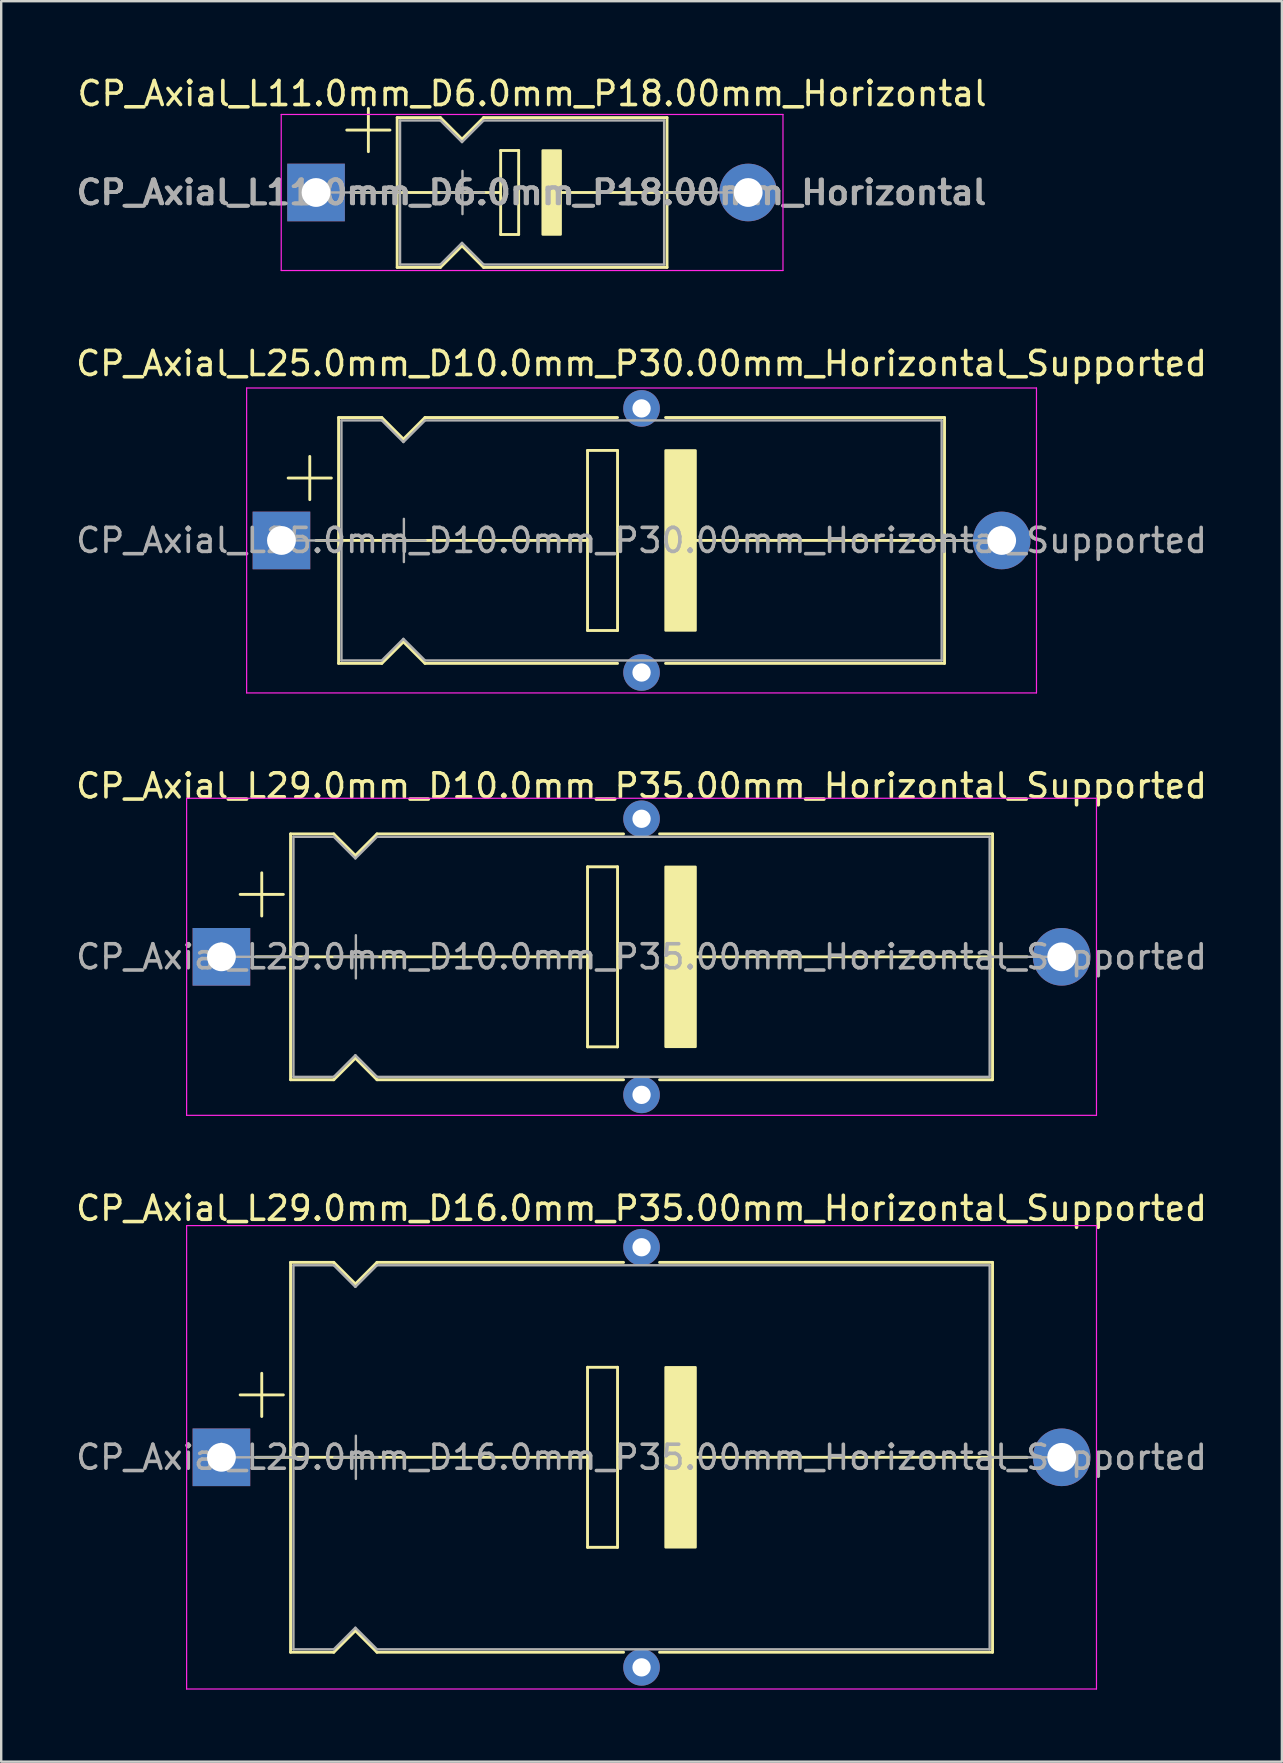
<source format=kicad_pcb>
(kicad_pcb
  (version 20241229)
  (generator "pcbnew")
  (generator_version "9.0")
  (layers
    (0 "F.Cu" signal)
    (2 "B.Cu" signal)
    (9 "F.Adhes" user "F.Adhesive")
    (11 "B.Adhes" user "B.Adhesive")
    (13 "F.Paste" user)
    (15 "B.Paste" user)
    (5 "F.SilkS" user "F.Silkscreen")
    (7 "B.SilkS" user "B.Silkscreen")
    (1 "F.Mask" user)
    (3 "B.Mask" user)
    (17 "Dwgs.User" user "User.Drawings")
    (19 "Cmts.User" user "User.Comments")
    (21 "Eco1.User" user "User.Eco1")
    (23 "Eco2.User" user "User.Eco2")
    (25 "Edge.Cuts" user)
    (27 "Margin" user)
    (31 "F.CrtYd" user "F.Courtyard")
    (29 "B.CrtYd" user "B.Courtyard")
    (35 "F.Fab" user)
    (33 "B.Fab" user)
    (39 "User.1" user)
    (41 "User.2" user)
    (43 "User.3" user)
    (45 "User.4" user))
  (footprint "CP_Axial_L29.0mm_D10.0mm_P35.00mm_Horizontal_Supported"
    (layer "F.Cu")
    (at 6.173 36.805)
    (property "Reference" "CP_Axial_L29.0mm_D10.0mm_P35.00mm_Horizontal_Supported" (at 17.5 -7.12 0) (layer "F.SilkS") (effects (font (size 1 1) (thickness 0.15))))
    (attr through_hole)
    (fp_line (start 0.78 -2.6) (end 2.58 -2.6) (stroke (width 0.12) (type solid)) (layer "F.SilkS"))
    (fp_line (start 1.44 0) (end 2.88 0) (stroke (width 0.12) (type solid)) (layer "F.SilkS"))
    (fp_line (start 1.68 -3.5) (end 1.68 -1.7) (stroke (width 0.12) (type solid)) (layer "F.SilkS"))
    (fp_line (start 2.88 -5.12) (end 2.88 5.12) (stroke (width 0.12) (type solid)) (layer "F.SilkS"))
    (fp_line (start 2.88 -5.12) (end 4.68 -5.12) (stroke (width 0.12) (type solid)) (layer "F.SilkS"))
    (fp_line (start 2.88 0) (end 15.25 0) (stroke (width 0.12) (type solid)) (layer "F.SilkS"))
    (fp_line (start 2.88 5.12) (end 4.68 5.12) (stroke (width 0.12) (type solid)) (layer "F.SilkS"))
    (fp_line (start 4.68 -5.12) (end 5.58 -4.22) (stroke (width 0.12) (type solid)) (layer "F.SilkS"))
    (fp_line (start 4.68 5.12) (end 5.58 4.22) (stroke (width 0.12) (type solid)) (layer "F.SilkS"))
    (fp_line (start 5.58 -4.22) (end 6.48 -5.12) (stroke (width 0.12) (type solid)) (layer "F.SilkS"))
    (fp_line (start 5.58 4.22) (end 6.48 5.12) (stroke (width 0.12) (type solid)) (layer "F.SilkS"))
    (fp_line (start 6.48 -5.12) (end 16.75 -5.12) (stroke (width 0.12) (type solid)) (layer "F.SilkS"))
    (fp_line (start 6.48 5.12) (end 16.75 5.12) (stroke (width 0.12) (type solid)) (layer "F.SilkS"))
    (fp_line (start 15.25 -3.75) (end 16.5 -3.75) (stroke (width 0.12) (type solid)) (layer "F.SilkS"))
    (fp_line (start 15.25 0) (end 15.25 -3.75) (stroke (width 0.12) (type solid)) (layer "F.SilkS"))
    (fp_line (start 15.25 3.75) (end 15.25 0) (stroke (width 0.12) (type solid)) (layer "F.SilkS"))
    (fp_line (start 16.5 -3.75) (end 16.5 3.75) (stroke (width 0.12) (type solid)) (layer "F.SilkS"))
    (fp_line (start 16.5 3.75) (end 15.25 3.75) (stroke (width 0.12) (type solid)) (layer "F.SilkS"))
    (fp_line (start 18.25 -5.12) (end 32.12 -5.12) (stroke (width 0.12) (type solid)) (layer "F.SilkS"))
    (fp_line (start 18.25 5.12) (end 32.12 5.12) (stroke (width 0.12) (type solid)) (layer "F.SilkS"))
    (fp_line (start 19.75 0) (end 32.131 0) (stroke (width 0.12) (type solid)) (layer "F.SilkS"))
    (fp_line (start 32.12 -5.12) (end 32.12 5.12) (stroke (width 0.12) (type solid)) (layer "F.SilkS"))
    (fp_line (start 33.56 0) (end 32.12 0) (stroke (width 0.12) (type solid)) (layer "F.SilkS"))
    (fp_poly (pts (xy 19.75 3.75) (xy 18.5 3.75) (xy 18.5 -3.75) (xy 19.75 -3.75)) (stroke (width 0.1) (type solid)) (fill yes) (layer "F.SilkS"))
    (fp_line (start -1.45 -6.604) (end -1.45 6.604) (stroke (width 0.05) (type solid)) (layer "F.CrtYd"))
    (fp_line (start -1.45 6.604) (end 36.45 6.604) (stroke (width 0.05) (type solid)) (layer "F.CrtYd"))
    (fp_line (start 36.449 6.604) (end 36.449 -6.604) (stroke (width 0.05) (type solid)) (layer "F.CrtYd"))
    (fp_line (start 36.45 -6.604) (end -1.45 -6.604) (stroke (width 0.05) (type solid)) (layer "F.CrtYd"))
    (fp_line (start 0 0) (end 3 0) (stroke (width 0.1) (type solid)) (layer "F.Fab"))
    (fp_line (start 3 -5) (end 3 5) (stroke (width 0.1) (type solid)) (layer "F.Fab"))
    (fp_line (start 3 -5) (end 4.68 -5) (stroke (width 0.1) (type solid)) (layer "F.Fab"))
    (fp_line (start 3 5) (end 4.68 5) (stroke (width 0.1) (type solid)) (layer "F.Fab"))
    (fp_line (start 4.68 -5) (end 5.58 -4.1) (stroke (width 0.1) (type solid)) (layer "F.Fab"))
    (fp_line (start 4.68 5) (end 5.58 4.1) (stroke (width 0.1) (type solid)) (layer "F.Fab"))
    (fp_line (start 4.7 0) (end 6.5 0) (stroke (width 0.1) (type solid)) (layer "F.Fab"))
    (fp_line (start 5.58 -4.1) (end 6.48 -5) (stroke (width 0.1) (type solid)) (layer "F.Fab"))
    (fp_line (start 5.58 4.1) (end 6.48 5) (stroke (width 0.1) (type solid)) (layer "F.Fab"))
    (fp_line (start 5.6 -0.9) (end 5.6 0.9) (stroke (width 0.1) (type solid)) (layer "F.Fab"))
    (fp_line (start 6.48 -5) (end 32 -5) (stroke (width 0.1) (type solid)) (layer "F.Fab"))
    (fp_line (start 6.48 5) (end 32 5) (stroke (width 0.1) (type solid)) (layer "F.Fab"))
    (fp_line (start 32 -5) (end 32 5) (stroke (width 0.1) (type solid)) (layer "F.Fab"))
    (fp_line (start 35 0) (end 32 0) (stroke (width 0.1) (type solid)) (layer "F.Fab"))
    (fp_text user "${REFERENCE}" (at 17.5 0 0) (layer "F.Fab") (effects (font (size 1 1) (thickness 0.15))))
    (pad "" thru_hole circle (at 17.5 -5.75) (size 1.524 1.524) (drill 0.762) (layers "*.Cu" "*.Mask"))
    (pad "" thru_hole circle (at 17.5 5.75) (size 1.524 1.524) (drill 0.762) (layers "*.Cu" "*.Mask"))
    (pad "1" thru_hole rect (at 0 0) (size 2.4 2.4) (drill 1.2) (layers "*.Cu" "*.Mask"))
    (pad "2" thru_hole oval (at 35 0) (size 2.4 2.4) (drill 1.2) (layers "*.Cu" "*.Mask")))
  (footprint "CP_Axial_L11.0mm_D6.0mm_P18.00mm_Horizontal"
    (layer "F.Cu")
    (at 10.114 4.968)
    (property "Reference" "CP_Axial_L11.0mm_D6.0mm_P18.00mm_Horizontal" (at 9 -4.12 0) (layer "F.SilkS") (effects (font (size 1 1) (thickness 0.15))))
    (attr through_hole)
    (fp_line (start 1.28 -2.6) (end 3.08 -2.6) (stroke (width 0.12) (type solid)) (layer "F.SilkS"))
    (fp_line (start 1.44 0) (end 3.38 0) (stroke (width 0.12) (type solid)) (layer "F.SilkS"))
    (fp_line (start 2.18 -3.5) (end 2.18 -1.7) (stroke (width 0.12) (type solid)) (layer "F.SilkS"))
    (fp_line (start 3.38 -3.12) (end 3.38 3.12) (stroke (width 0.12) (type solid)) (layer "F.SilkS"))
    (fp_line (start 3.38 -3.12) (end 5.18 -3.12) (stroke (width 0.12) (type solid)) (layer "F.SilkS"))
    (fp_line (start 3.38 0) (end 7.69 0) (stroke (width 0.12) (type solid)) (layer "F.SilkS"))
    (fp_line (start 3.38 3.12) (end 5.18 3.12) (stroke (width 0.12) (type solid)) (layer "F.SilkS"))
    (fp_line (start 5.18 -3.12) (end 6.08 -2.22) (stroke (width 0.12) (type solid)) (layer "F.SilkS"))
    (fp_line (start 5.18 3.12) (end 6.08 2.22) (stroke (width 0.12) (type solid)) (layer "F.SilkS"))
    (fp_line (start 6.08 -2.22) (end 6.98 -3.12) (stroke (width 0.12) (type solid)) (layer "F.SilkS"))
    (fp_line (start 6.08 2.22) (end 6.98 3.12) (stroke (width 0.12) (type solid)) (layer "F.SilkS"))
    (fp_line (start 6.98 -3.12) (end 14.62 -3.12) (stroke (width 0.12) (type solid)) (layer "F.SilkS"))
    (fp_line (start 6.98 3.12) (end 14.62 3.12) (stroke (width 0.12) (type solid)) (layer "F.SilkS"))
    (fp_line (start 7.69 -1.75) (end 7.69 1.75) (stroke (width 0.12) (type solid)) (layer "F.SilkS"))
    (fp_line (start 7.69 -1.75) (end 8.44 -1.75) (stroke (width 0.12) (type solid)) (layer "F.SilkS"))
    (fp_line (start 8.44 -1.75) (end 8.44 1.75) (stroke (width 0.12) (type solid)) (layer "F.SilkS"))
    (fp_line (start 8.44 1.75) (end 7.69 1.75) (stroke (width 0.12) (type solid)) (layer "F.SilkS"))
    (fp_line (start 10.19 0) (end 14.62 0) (stroke (width 0.12) (type solid)) (layer "F.SilkS"))
    (fp_line (start 14.62 -3.12) (end 14.62 3.12) (stroke (width 0.12) (type solid)) (layer "F.SilkS"))
    (fp_line (start 16.56 0) (end 14.62 0) (stroke (width 0.12) (type solid)) (layer "F.SilkS"))
    (fp_poly (pts (xy 10.19 1.75) (xy 9.44 1.75) (xy 9.44 -1.75) (xy 10.19 -1.75)) (stroke (width 0.1) (type solid)) (fill yes) (layer "F.SilkS"))
    (fp_line (start -1.45 -3.25) (end -1.45 3.25) (stroke (width 0.05) (type solid)) (layer "F.CrtYd"))
    (fp_line (start -1.45 3.25) (end 19.45 3.25) (stroke (width 0.05) (type solid)) (layer "F.CrtYd"))
    (fp_line (start 19.45 -3.25) (end -1.45 -3.25) (stroke (width 0.05) (type solid)) (layer "F.CrtYd"))
    (fp_line (start 19.45 3.25) (end 19.45 -3.25) (stroke (width 0.05) (type solid)) (layer "F.CrtYd"))
    (fp_line (start 0 0) (end 3.5 0) (stroke (width 0.1) (type solid)) (layer "F.Fab"))
    (fp_line (start 3.5 -3) (end 3.5 3) (stroke (width 0.1) (type solid)) (layer "F.Fab"))
    (fp_line (start 3.5 -3) (end 5.18 -3) (stroke (width 0.1) (type solid)) (layer "F.Fab"))
    (fp_line (start 3.5 3) (end 5.18 3) (stroke (width 0.1) (type solid)) (layer "F.Fab"))
    (fp_line (start 5.18 -3) (end 6.08 -2.1) (stroke (width 0.1) (type solid)) (layer "F.Fab"))
    (fp_line (start 5.18 3) (end 6.08 2.1) (stroke (width 0.1) (type solid)) (layer "F.Fab"))
    (fp_line (start 5.2 0) (end 7 0) (stroke (width 0.1) (type solid)) (layer "F.Fab"))
    (fp_line (start 6.08 -2.1) (end 6.98 -3) (stroke (width 0.1) (type solid)) (layer "F.Fab"))
    (fp_line (start 6.08 2.1) (end 6.98 3) (stroke (width 0.1) (type solid)) (layer "F.Fab"))
    (fp_line (start 6.1 -0.9) (end 6.1 0.9) (stroke (width 0.1) (type solid)) (layer "F.Fab"))
    (fp_line (start 6.98 -3) (end 14.5 -3) (stroke (width 0.1) (type solid)) (layer "F.Fab"))
    (fp_line (start 6.98 3) (end 14.5 3) (stroke (width 0.1) (type solid)) (layer "F.Fab"))
    (fp_line (start 14.5 -3) (end 14.5 3) (stroke (width 0.1) (type solid)) (layer "F.Fab"))
    (fp_line (start 18 0) (end 14.5 0) (stroke (width 0.1) (type solid)) (layer "F.Fab"))
    (fp_text user "${REFERENCE}" (at 9 0 0) (layer "F.Fab") (effects (font (size 1 1) (thickness 0.15))))
    (fp_text user "${REFERENCE}" (at 9 0 0) (layer "F.Fab") (effects (font (size 1 1) (thickness 0.15))))
    (fp_text user "${REFERENCE}" (at 8.94 0 0) (layer "F.Fab") (effects (font (size 1 1) (thickness 0.15))))
    (pad "1" thru_hole rect (at 0 0) (size 2.4 2.4) (drill 1.2) (layers "*.Cu" "*.Mask"))
    (pad "2" thru_hole oval (at 18 0) (size 2.4 2.4) (drill 1.2) (layers "*.Cu" "*.Mask")))
  (footprint "CP_Axial_L29.0mm_D16.0mm_P35.00mm_Horizontal_Supported"
    (layer "F.Cu")
    (at 6.173 57.652)
    (property "Reference" "CP_Axial_L29.0mm_D16.0mm_P35.00mm_Horizontal_Supported" (at 17.5 -10.37 0) (layer "F.SilkS") (effects (font (size 1 1) (thickness 0.15))))
    (attr through_hole)
    (fp_line (start 0.78 -2.6) (end 2.58 -2.6) (stroke (width 0.12) (type solid)) (layer "F.SilkS"))
    (fp_line (start 1.44 0) (end 2.88 0) (stroke (width 0.12) (type solid)) (layer "F.SilkS"))
    (fp_line (start 1.68 -3.5) (end 1.68 -1.7) (stroke (width 0.12) (type solid)) (layer "F.SilkS"))
    (fp_line (start 2.88 -8.12) (end 2.88 8.12) (stroke (width 0.12) (type solid)) (layer "F.SilkS"))
    (fp_line (start 2.88 -8.12) (end 4.68 -8.12) (stroke (width 0.12) (type solid)) (layer "F.SilkS"))
    (fp_line (start 2.88 0) (end 15.25 0) (stroke (width 0.12) (type solid)) (layer "F.SilkS"))
    (fp_line (start 2.88 8.12) (end 4.68 8.12) (stroke (width 0.12) (type solid)) (layer "F.SilkS"))
    (fp_line (start 4.68 -8.12) (end 5.58 -7.22) (stroke (width 0.12) (type solid)) (layer "F.SilkS"))
    (fp_line (start 4.68 8.12) (end 5.58 7.22) (stroke (width 0.12) (type solid)) (layer "F.SilkS"))
    (fp_line (start 5.58 -7.22) (end 6.48 -8.12) (stroke (width 0.12) (type solid)) (layer "F.SilkS"))
    (fp_line (start 5.58 7.22) (end 6.48 8.12) (stroke (width 0.12) (type solid)) (layer "F.SilkS"))
    (fp_line (start 6.48 -8.12) (end 16.75 -8.12) (stroke (width 0.12) (type solid)) (layer "F.SilkS"))
    (fp_line (start 6.48 8.12) (end 16.75 8.12) (stroke (width 0.12) (type solid)) (layer "F.SilkS"))
    (fp_line (start 15.25 -3.75) (end 16.5 -3.75) (stroke (width 0.12) (type solid)) (layer "F.SilkS"))
    (fp_line (start 15.25 0) (end 15.25 -3.75) (stroke (width 0.12) (type solid)) (layer "F.SilkS"))
    (fp_line (start 15.25 3.75) (end 15.25 0) (stroke (width 0.12) (type solid)) (layer "F.SilkS"))
    (fp_line (start 16.5 -3.75) (end 16.5 3.75) (stroke (width 0.12) (type solid)) (layer "F.SilkS"))
    (fp_line (start 16.5 3.75) (end 15.25 3.75) (stroke (width 0.12) (type solid)) (layer "F.SilkS"))
    (fp_line (start 18.25 -8.12) (end 32.12 -8.12) (stroke (width 0.12) (type solid)) (layer "F.SilkS"))
    (fp_line (start 18.25 8.12) (end 32.12 8.12) (stroke (width 0.12) (type solid)) (layer "F.SilkS"))
    (fp_line (start 19.75 0) (end 32.131 0) (stroke (width 0.12) (type solid)) (layer "F.SilkS"))
    (fp_line (start 32.12 -8.12) (end 32.12 8.12) (stroke (width 0.12) (type solid)) (layer "F.SilkS"))
    (fp_line (start 33.56 0) (end 32.12 0) (stroke (width 0.12) (type solid)) (layer "F.SilkS"))
    (fp_poly (pts (xy 19.75 3.75) (xy 18.5 3.75) (xy 18.5 -3.75) (xy 19.75 -3.75)) (stroke (width 0.1) (type solid)) (fill yes) (layer "F.SilkS"))
    (fp_line (start -1.45 -9.652) (end -1.45 9.652) (stroke (width 0.05) (type solid)) (layer "F.CrtYd"))
    (fp_line (start -1.45 9.652) (end 36.45 9.652) (stroke (width 0.05) (type solid)) (layer "F.CrtYd"))
    (fp_line (start 36.449 9.652) (end 36.45 -9.652) (stroke (width 0.05) (type solid)) (layer "F.CrtYd"))
    (fp_line (start 36.45 -9.652) (end -1.45 -9.652) (stroke (width 0.05) (type solid)) (layer "F.CrtYd"))
    (fp_line (start 0 0) (end 3 0) (stroke (width 0.1) (type solid)) (layer "F.Fab"))
    (fp_line (start 3 -8) (end 3 8) (stroke (width 0.1) (type solid)) (layer "F.Fab"))
    (fp_line (start 3 -8) (end 4.68 -8) (stroke (width 0.1) (type solid)) (layer "F.Fab"))
    (fp_line (start 3 8) (end 4.68 8) (stroke (width 0.1) (type solid)) (layer "F.Fab"))
    (fp_line (start 4.68 -8) (end 5.58 -7.1) (stroke (width 0.1) (type solid)) (layer "F.Fab"))
    (fp_line (start 4.68 8) (end 5.58 7.1) (stroke (width 0.1) (type solid)) (layer "F.Fab"))
    (fp_line (start 4.7 0) (end 6.5 0) (stroke (width 0.1) (type solid)) (layer "F.Fab"))
    (fp_line (start 5.58 -7.1) (end 6.48 -8) (stroke (width 0.1) (type solid)) (layer "F.Fab"))
    (fp_line (start 5.58 7.1) (end 6.48 8) (stroke (width 0.1) (type solid)) (layer "F.Fab"))
    (fp_line (start 5.6 -0.9) (end 5.6 0.9) (stroke (width 0.1) (type solid)) (layer "F.Fab"))
    (fp_line (start 6.48 -8) (end 32 -8) (stroke (width 0.1) (type solid)) (layer "F.Fab"))
    (fp_line (start 6.48 8) (end 32 8) (stroke (width 0.1) (type solid)) (layer "F.Fab"))
    (fp_line (start 32 -8) (end 32 8) (stroke (width 0.1) (type solid)) (layer "F.Fab"))
    (fp_line (start 35 0) (end 32 0) (stroke (width 0.1) (type solid)) (layer "F.Fab"))
    (fp_text user "${REFERENCE}" (at 17.5 0 0) (layer "F.Fab") (effects (font (size 1 1) (thickness 0.15))))
    (pad "" thru_hole circle (at 17.5 -8.75) (size 1.524 1.524) (drill 0.762) (layers "*.Cu" "*.Mask"))
    (pad "" thru_hole circle (at 17.5 8.75) (size 1.524 1.524) (drill 0.762) (layers "*.Cu" "*.Mask"))
    (pad "1" thru_hole rect (at 0 0) (size 2.4 2.4) (drill 1.2) (layers "*.Cu" "*.Mask"))
    (pad "2" thru_hole oval (at 35 0) (size 2.4 2.4) (drill 1.2) (layers "*.Cu" "*.Mask")))
  (footprint "CP_Axial_L25.0mm_D10.0mm_P30.00mm_Horizontal_Supported"
    (layer "F.Cu")
    (at 8.673 19.462)
    (property "Reference" "CP_Axial_L25.0mm_D10.0mm_P30.00mm_Horizontal_Supported" (at 15 -7.37 0) (layer "F.SilkS") (effects (font (size 1 1) (thickness 0.15))))
    (attr through_hole)
    (fp_line (start 0.28 -2.6) (end 2.08 -2.6) (stroke (width 0.12) (type solid)) (layer "F.SilkS"))
    (fp_line (start 1.18 -3.5) (end 1.18 -1.7) (stroke (width 0.12) (type solid)) (layer "F.SilkS"))
    (fp_line (start 1.44 0) (end 2.38 0) (stroke (width 0.12) (type solid)) (layer "F.SilkS"))
    (fp_line (start 2.38 -5.12) (end 2.38 5.12) (stroke (width 0.12) (type solid)) (layer "F.SilkS"))
    (fp_line (start 2.38 -5.12) (end 4.18 -5.12) (stroke (width 0.12) (type solid)) (layer "F.SilkS"))
    (fp_line (start 2.38 0) (end 12.75 0) (stroke (width 0.12) (type solid)) (layer "F.SilkS"))
    (fp_line (start 2.38 5.12) (end 4.18 5.12) (stroke (width 0.12) (type solid)) (layer "F.SilkS"))
    (fp_line (start 4.18 -5.12) (end 5.08 -4.22) (stroke (width 0.12) (type solid)) (layer "F.SilkS"))
    (fp_line (start 4.18 5.12) (end 5.08 4.22) (stroke (width 0.12) (type solid)) (layer "F.SilkS"))
    (fp_line (start 5.08 -4.22) (end 5.98 -5.12) (stroke (width 0.12) (type solid)) (layer "F.SilkS"))
    (fp_line (start 5.08 4.22) (end 5.98 5.12) (stroke (width 0.12) (type solid)) (layer "F.SilkS"))
    (fp_line (start 5.98 -5.12) (end 14 -5.12) (stroke (width 0.12) (type solid)) (layer "F.SilkS"))
    (fp_line (start 5.98 5.12) (end 14 5.12) (stroke (width 0.12) (type solid)) (layer "F.SilkS"))
    (fp_line (start 12.75 -3.75) (end 14 -3.75) (stroke (width 0.12) (type solid)) (layer "F.SilkS"))
    (fp_line (start 12.75 0) (end 12.75 -3.75) (stroke (width 0.12) (type solid)) (layer "F.SilkS"))
    (fp_line (start 12.75 3.75) (end 12.75 0) (stroke (width 0.12) (type solid)) (layer "F.SilkS"))
    (fp_line (start 14 -3.75) (end 14 3.75) (stroke (width 0.12) (type solid)) (layer "F.SilkS"))
    (fp_line (start 14 3.75) (end 12.75 3.75) (stroke (width 0.12) (type solid)) (layer "F.SilkS"))
    (fp_line (start 16 -5.12) (end 27.62 -5.12) (stroke (width 0.12) (type solid)) (layer "F.SilkS"))
    (fp_line (start 16 5.12) (end 27.62 5.12) (stroke (width 0.12) (type solid)) (layer "F.SilkS"))
    (fp_line (start 17.25 0) (end 27.622 0) (stroke (width 0.12) (type solid)) (layer "F.SilkS"))
    (fp_line (start 27.62 -5.12) (end 27.62 5.12) (stroke (width 0.12) (type solid)) (layer "F.SilkS"))
    (fp_line (start 28.56 0) (end 27.62 0) (stroke (width 0.12) (type solid)) (layer "F.SilkS"))
    (fp_poly (pts (xy 17.25 3.75) (xy 16 3.75) (xy 16 -3.75) (xy 17.25 -3.75)) (stroke (width 0.1) (type solid)) (fill yes) (layer "F.SilkS"))
    (fp_line (start -1.45 -6.35) (end -1.45 6.35) (stroke (width 0.05) (type solid)) (layer "F.CrtYd"))
    (fp_line (start -1.45 6.35) (end 31.45 6.35) (stroke (width 0.05) (type solid)) (layer "F.CrtYd"))
    (fp_line (start 31.45 -6.35) (end -1.45 -6.35) (stroke (width 0.05) (type solid)) (layer "F.CrtYd"))
    (fp_line (start 31.45 6.35) (end 31.45 -6.35) (stroke (width 0.05) (type solid)) (layer "F.CrtYd"))
    (fp_line (start 0 0) (end 2.5 0) (stroke (width 0.1) (type solid)) (layer "F.Fab"))
    (fp_line (start 2.5 -5) (end 2.5 5) (stroke (width 0.1) (type solid)) (layer "F.Fab"))
    (fp_line (start 2.5 -5) (end 4.18 -5) (stroke (width 0.1) (type solid)) (layer "F.Fab"))
    (fp_line (start 2.5 5) (end 4.18 5) (stroke (width 0.1) (type solid)) (layer "F.Fab"))
    (fp_line (start 4.18 -5) (end 5.08 -4.1) (stroke (width 0.1) (type solid)) (layer "F.Fab"))
    (fp_line (start 4.18 5) (end 5.08 4.1) (stroke (width 0.1) (type solid)) (layer "F.Fab"))
    (fp_line (start 4.2 0) (end 6 0) (stroke (width 0.1) (type solid)) (layer "F.Fab"))
    (fp_line (start 5.08 -4.1) (end 5.98 -5) (stroke (width 0.1) (type solid)) (layer "F.Fab"))
    (fp_line (start 5.08 4.1) (end 5.98 5) (stroke (width 0.1) (type solid)) (layer "F.Fab"))
    (fp_line (start 5.1 -0.9) (end 5.1 0.9) (stroke (width 0.1) (type solid)) (layer "F.Fab"))
    (fp_line (start 5.98 -5) (end 27.5 -5) (stroke (width 0.1) (type solid)) (layer "F.Fab"))
    (fp_line (start 5.98 5) (end 27.5 5) (stroke (width 0.1) (type solid)) (layer "F.Fab"))
    (fp_line (start 27.5 -5) (end 27.5 5) (stroke (width 0.1) (type solid)) (layer "F.Fab"))
    (fp_line (start 30 0) (end 27.5 0) (stroke (width 0.1) (type solid)) (layer "F.Fab"))
    (fp_text user "${REFERENCE}" (at 15 0 0) (layer "F.Fab") (effects (font (size 1 1) (thickness 0.15))))
    (pad "" thru_hole circle (at 15 -5.5) (size 1.524 1.524) (drill 0.762) (layers "*.Cu" "*.Mask"))
    (pad "" thru_hole circle (at 15 5.5) (size 1.524 1.524) (drill 0.762) (layers "*.Cu" "*.Mask"))
    (pad "1" thru_hole rect (at 0 0) (size 2.4 2.4) (drill 1.2) (layers "*.Cu" "*.Mask"))
    (pad "2" thru_hole oval (at 30 0) (size 2.4 2.4) (drill 1.2) (layers "*.Cu" "*.Mask")))
  (gr_rect
    (start -3 -3)
    (end 50.345 70.329)
    (stroke (width 0.1) (type default))
    (fill no)
    (layer "Edge.Cuts")))
</source>
